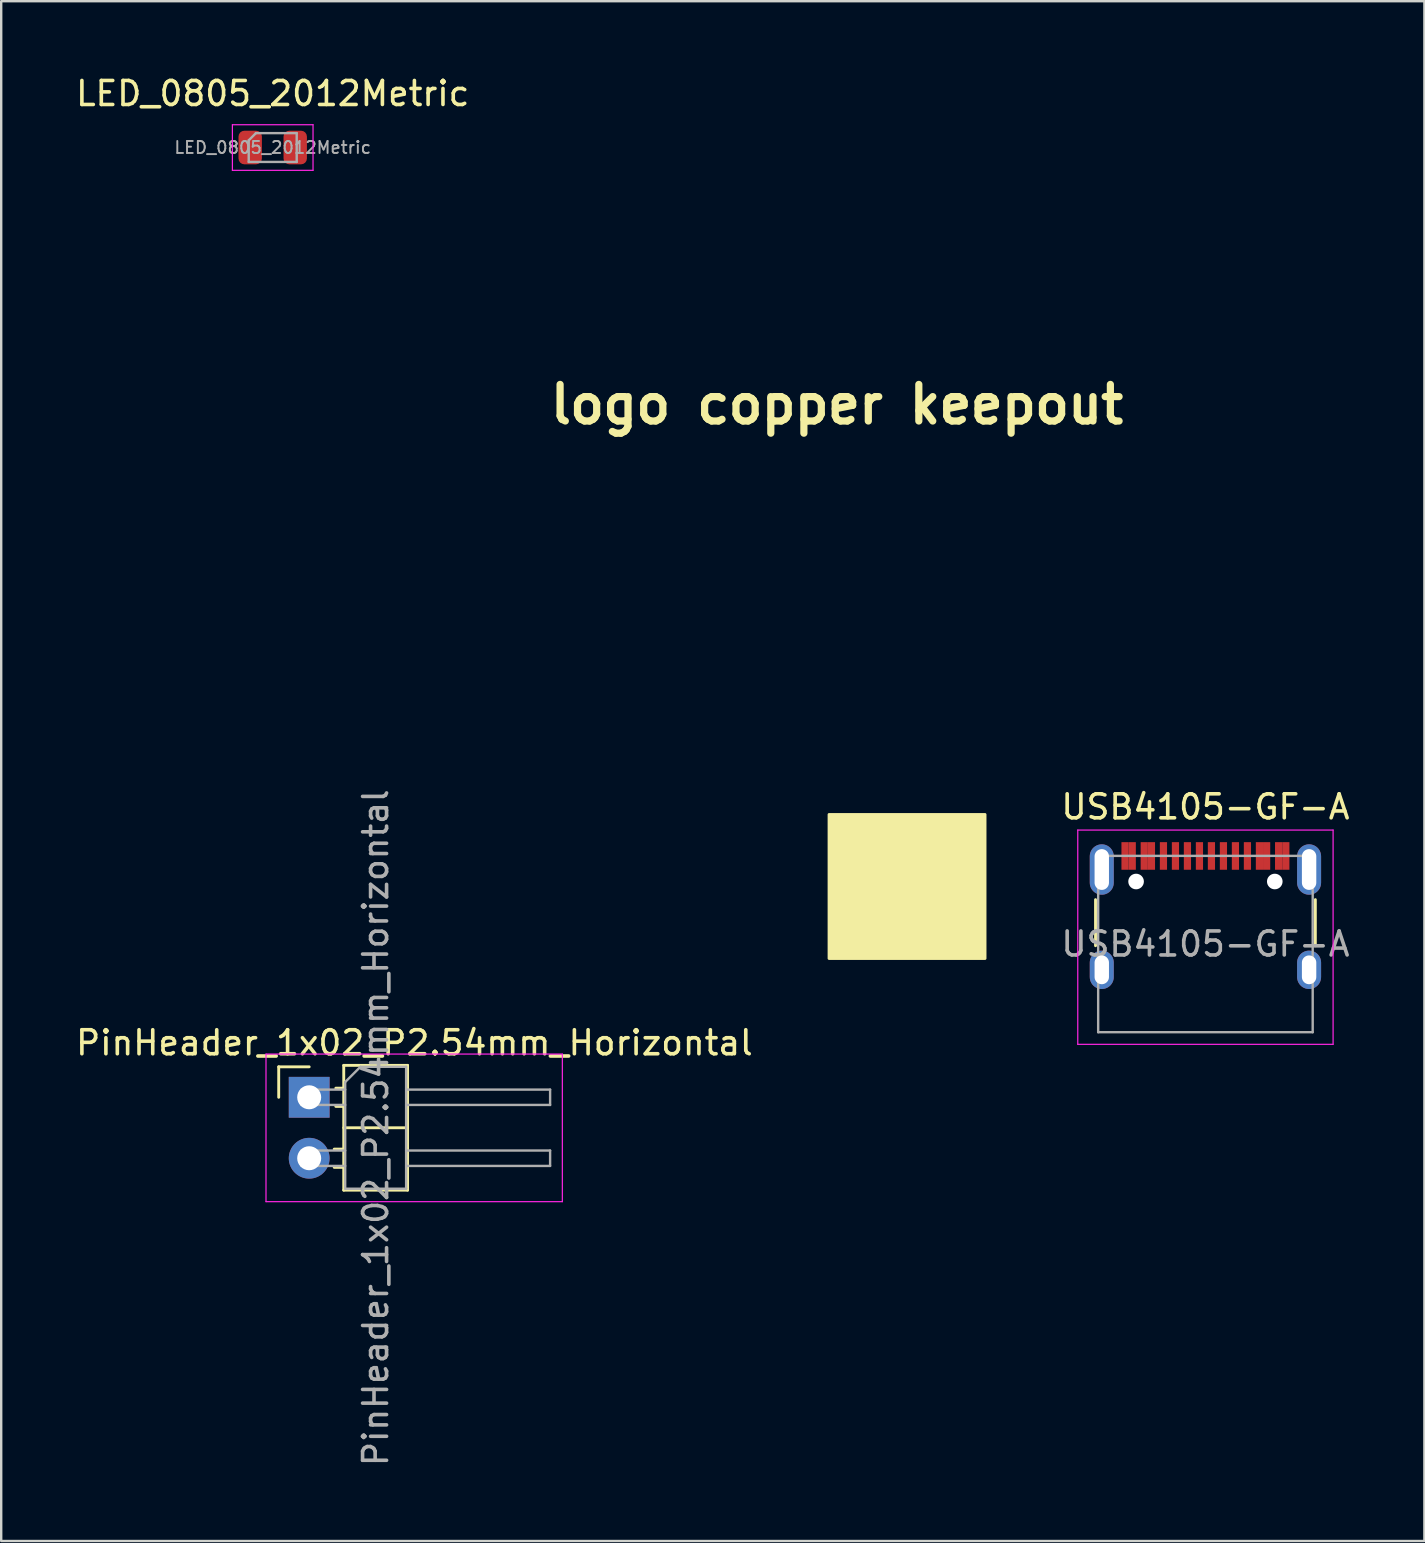
<source format=kicad_pcb>
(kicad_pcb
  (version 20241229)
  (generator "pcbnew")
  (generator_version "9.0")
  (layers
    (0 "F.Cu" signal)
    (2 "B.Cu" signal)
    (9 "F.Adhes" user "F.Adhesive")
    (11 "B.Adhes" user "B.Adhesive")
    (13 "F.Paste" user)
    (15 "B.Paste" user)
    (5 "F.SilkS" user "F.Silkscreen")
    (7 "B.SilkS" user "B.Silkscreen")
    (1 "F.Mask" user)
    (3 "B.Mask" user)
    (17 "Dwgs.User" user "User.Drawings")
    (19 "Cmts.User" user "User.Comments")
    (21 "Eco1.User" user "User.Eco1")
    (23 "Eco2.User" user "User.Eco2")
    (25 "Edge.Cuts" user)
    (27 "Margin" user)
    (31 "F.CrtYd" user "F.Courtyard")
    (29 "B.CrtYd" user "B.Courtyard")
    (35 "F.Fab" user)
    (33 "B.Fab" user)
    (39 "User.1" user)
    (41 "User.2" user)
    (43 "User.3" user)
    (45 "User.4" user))
  (footprint "Test"
    (layer "F.Cu")
    (at 34.25 33.893)
    (property "Reference" "Test" (at 0 -0.5 0) (unlocked yes) (layer "F.SilkS") (effects (font (size 1 1) (thickness 0.15))))
    (attr smd)
    (fp_poly (pts (xy 3.75 3) (xy -2.75 3) (xy -2.75 -3) (xy 3.75 -3)) (stroke (width 0.12) (type solid)) (fill yes) (layer "F.SilkS"))
    (zone (net_name "") (layer "F.Cu") (hatch edge 0.508) (connect_pads) (min_thickness 0.254) (filled_areas_thickness no) (keepout (tracks not_allowed) (vias not_allowed) (pads not_allowed) (copperpour not_allowed) (footprints allowed)) (placement (enabled no)) (fill) (polygon (pts (xy 37.297 30.934) (xy 37.292 31.748) (xy 37.277 32.468) (xy 37.252 33.102) (xy 37.215 33.656) (xy 37.167 34.138) (xy 37.107 34.555) (xy 37.033 34.914) (xy 36.946 35.223) (xy 36.878 35.409) (xy 36.601 35.959) (xy 36.235 36.466) (xy 35.784 36.924) (xy 35.251 37.33) (xy 34.641 37.681) (xy 34.322 37.829) (xy 34.07 37.937) (xy 33.889 38.005) (xy 33.755 38.027) (xy 33.643 37.999) (xy 33.529 37.915) (xy 33.389 37.771) (xy 33.241 37.609) (xy 32.824 37.152) (xy 33.253 37.021) (xy 33.66 36.875) (xy 34.076 36.688) (xy 34.468 36.477) (xy 34.801 36.258) (xy 34.885 36.193) (xy 35.14 35.958) (xy 35.388 35.677) (xy 35.607 35.378) (xy 35.773 35.091) (xy 35.831 34.96) (xy 35.894 34.787) (xy 35.947 34.628) (xy 35.99 34.47) (xy 36.024 34.303) (xy 36.051 34.114) (xy 36.071 33.894) (xy 36.085 33.629) (xy 36.094 33.31) (xy 36.1 32.924) (xy 36.102 32.461) (xy 36.103 31.908) (xy 36.103 31.848) (xy 36.105 29.728) (xy 36.702 29.728) (xy 37.298 29.728)))))
  (footprint "USB4105-GF-A"
    (layer "F.Cu")
    (at 47.185 36.291)
    (property "Reference" "USB4105-GF-A" (at 0 -5.715 0) (layer "F.SilkS") (effects (font (size 1 1) (thickness 0.15))))
    (attr smd)
    (fp_line (start -4.58 -1.85) (end -4.58 0.07) (stroke (width 0.12) (type solid)) (layer "F.SilkS"))
    (fp_line (start 4.58 0.07) (end 4.58 -1.85) (stroke (width 0.12) (type solid)) (layer "F.SilkS"))
    (fp_line (start -5.32 -4.75) (end 5.32 -4.75) (stroke (width 0.05) (type solid)) (layer "F.CrtYd"))
    (fp_line (start -5.32 4.18) (end -5.32 -4.75) (stroke (width 0.05) (type solid)) (layer "F.CrtYd"))
    (fp_line (start 5.32 -4.75) (end 5.32 4.18) (stroke (width 0.05) (type solid)) (layer "F.CrtYd"))
    (fp_line (start 5.32 4.18) (end -5.32 4.18) (stroke (width 0.05) (type solid)) (layer "F.CrtYd"))
    (fp_line (start -4.47 -3.675) (end -4.47 3.675) (stroke (width 0.1) (type solid)) (layer "F.Fab"))
    (fp_line (start -4.47 -3.675) (end 4.47 -3.675) (stroke (width 0.1) (type solid)) (layer "F.Fab"))
    (fp_line (start -4.47 3.675) (end 4.47 3.675) (stroke (width 0.1) (type solid)) (layer "F.Fab"))
    (fp_line (start 4.47 3.675) (end 4.47 -3.675) (stroke (width 0.1) (type solid)) (layer "F.Fab"))
    (fp_text user "${REFERENCE}" (at 0 0 0) (layer "F.Fab") (effects (font (size 1 1) (thickness 0.15))))
    (pad "" np_thru_hole circle (at -2.89 -2.605) (size 0.65 0.65) (drill 0.65) (layers "*.Cu" "*.Mask"))
    (pad "" np_thru_hole circle (at 2.89 -2.605) (size 0.65 0.65) (drill 0.65) (layers "*.Cu" "*.Mask"))
    (pad "A1" smd rect (at -3.35 -3.67) (size 0.3 1.15) (layers "F.Cu" "F.Mask" "F.Paste"))
    (pad "A4" smd rect (at -2.55 -3.67) (size 0.3 1.15) (layers "F.Cu" "F.Mask" "F.Paste"))
    (pad "A5" smd rect (at -1.25 -3.67) (size 0.3 1.15) (layers "F.Cu" "F.Mask" "F.Paste"))
    (pad "A6" smd rect (at -0.25 -3.67) (size 0.3 1.15) (layers "F.Cu" "F.Mask" "F.Paste"))
    (pad "A7" smd rect (at 0.25 -3.67) (size 0.3 1.15) (layers "F.Cu" "F.Mask" "F.Paste"))
    (pad "A8" smd rect (at 1.25 -3.67) (size 0.3 1.15) (layers "F.Cu" "F.Mask" "F.Paste"))
    (pad "A9" smd rect (at 2.55 -3.67) (size 0.3 1.15) (layers "F.Cu" "F.Mask" "F.Paste"))
    (pad "A12" smd rect (at 3.35 -3.67) (size 0.3 1.15) (layers "F.Cu" "F.Mask" "F.Paste"))
    (pad "B1" smd rect (at 3.05 -3.67) (size 0.3 1.15) (layers "F.Cu" "F.Mask" "F.Paste"))
    (pad "B4" smd rect (at 2.25 -3.67) (size 0.3 1.15) (layers "F.Cu" "F.Mask" "F.Paste"))
    (pad "B5" smd rect (at 1.75 -3.67) (size 0.3 1.15) (layers "F.Cu" "F.Mask" "F.Paste"))
    (pad "B6" smd rect (at 0.75 -3.67) (size 0.3 1.15) (layers "F.Cu" "F.Mask" "F.Paste"))
    (pad "B7" smd rect (at -0.75 -3.67) (size 0.3 1.15) (layers "F.Cu" "F.Mask" "F.Paste"))
    (pad "B8" smd rect (at -1.75 -3.67) (size 0.3 1.15) (layers "F.Cu" "F.Mask" "F.Paste"))
    (pad "B9" smd rect (at -2.25 -3.67) (size 0.3 1.15) (layers "F.Cu" "F.Mask" "F.Paste"))
    (pad "B12" smd rect (at -3.05 -3.67) (size 0.3 1.15) (layers "F.Cu" "F.Mask" "F.Paste"))
    (pad "S1" thru_hole oval (at -4.32 -3.105) (size 1 2.1) (drill oval 0.6 1.7) (layers "*.Cu" "*.Mask"))
    (pad "S1" thru_hole oval (at -4.32 1.075) (size 1 1.6) (drill oval 0.6 1.2) (layers "*.Cu" "*.Mask"))
    (pad "S1" thru_hole oval (at 4.32 -3.105) (size 1 2.1) (drill oval 0.6 1.7) (layers "*.Cu" "*.Mask"))
    (pad "S1" thru_hole oval (at 4.32 1.075) (size 1 1.6) (drill oval 0.6 1.2) (layers "*.Cu" "*.Mask")))
  (footprint "LED_0805_2012Metric"
    (layer "F.Cu")
    (at 8.315 3.098)
    (property "Reference" "LED_0805_2012Metric" (at 0 -2.25 0) (layer "F.SilkS") (effects (font (size 1 1) (thickness 0.15))))
    (attr smd)
    (fp_line (start -1.68 -0.95) (end 1.68 -0.95) (stroke (width 0.05) (type solid)) (layer "F.CrtYd"))
    (fp_line (start -1.68 0.95) (end -1.68 -0.95) (stroke (width 0.05) (type solid)) (layer "F.CrtYd"))
    (fp_line (start 1.68 -0.95) (end 1.68 0.95) (stroke (width 0.05) (type solid)) (layer "F.CrtYd"))
    (fp_line (start 1.68 0.95) (end -1.68 0.95) (stroke (width 0.05) (type solid)) (layer "F.CrtYd"))
    (fp_line (start -1 -0.3) (end -1 0.6) (stroke (width 0.1) (type solid)) (layer "F.Fab"))
    (fp_line (start -1 0.6) (end 1 0.6) (stroke (width 0.1) (type solid)) (layer "F.Fab"))
    (fp_line (start -0.7 -0.6) (end -1 -0.3) (stroke (width 0.1) (type solid)) (layer "F.Fab"))
    (fp_line (start 1 -0.6) (end -0.7 -0.6) (stroke (width 0.1) (type solid)) (layer "F.Fab"))
    (fp_line (start 1 0.6) (end 1 -0.6) (stroke (width 0.1) (type solid)) (layer "F.Fab"))
    (fp_text user "${REFERENCE}" (at 0 0 0) (layer "F.Fab") (effects (font (size 0.5 0.5) (thickness 0.08))))
    (pad "1" smd roundrect (at -0.938 0) (size 0.975 1.4) (layers "F.Cu" "F.Mask" "F.Paste") (roundrect_rratio 0.25))
    (pad "2" smd roundrect (at 0.938 0) (size 0.975 1.4) (layers "F.Cu" "F.Mask" "F.Paste") (roundrect_rratio 0.25)))
  (footprint "logo copper keepout"
    (layer "F.Cu")
    (at 31.83 13.805)
    (property "Reference" "logo copper keepout" (at 0 0 0) (layer "F.SilkS") (effects (font (size 1.524 1.524) (thickness 0.3))))
    (attr board_only exclude_from_pos_files exclude_from_bom)
    (zone (net_name "") (layer "F.Cu") (hatch edge 0.508) (connect_pads) (min_thickness 0.254) (filled_areas_thickness no) (keepout (tracks not_allowed) (vias not_allowed) (pads not_allowed) (copperpour not_allowed) (footprints allowed)) (placement (enabled no)) (fill) (polygon (pts (xy 30.005 14.406) (xy 29.455 14.406) (xy 28.905 14.406) (xy 28.905 9.496) (xy 30.005 9.496))))
    (zone (net_name "") (layer "F.Cu") (hatch edge 0.508) (connect_pads) (min_thickness 0.254) (filled_areas_thickness no) (keepout (tracks not_allowed) (vias not_allowed) (pads not_allowed) (copperpour not_allowed) (footprints allowed)) (placement (enabled no)) (fill) (polygon (pts (xy 31.83 2.631) (xy 31.806 3.439) (xy 31.731 4.167) (xy 31.602 4.82) (xy 31.416 5.406) (xy 31.17 5.932) (xy 30.86 6.404) (xy 30.483 6.83) (xy 30.036 7.217) (xy 29.557 7.546) (xy 29.377 7.654) (xy 29.225 7.738) (xy 29.123 7.786) (xy 29.098 7.793) (xy 29.037 7.762) (xy 28.917 7.68) (xy 28.758 7.56) (xy 28.609 7.439) (xy 28.181 7.086) (xy 28.618 6.865) (xy 29.141 6.564) (xy 29.584 6.227) (xy 29.953 5.848) (xy 30.249 5.42) (xy 30.477 4.937) (xy 30.638 4.393) (xy 30.736 3.782) (xy 30.776 3.097) (xy 30.77 2.599) (xy 30.748 1.931) (xy 31.83 1.931))))
    (zone (net_name "") (layer "F.Cu") (hatch edge 0.508) (connect_pads) (min_thickness 0.254) (filled_areas_thickness no) (keepout (tracks not_allowed) (vias not_allowed) (pads not_allowed) (copperpour not_allowed) (footprints allowed)) (placement (enabled no)) (fill) (polygon (pts (xy 34.643 11.037) (xy 34.635 11.705) (xy 34.622 12.284) (xy 34.604 12.783) (xy 34.58 13.212) (xy 34.549 13.581) (xy 34.51 13.901) (xy 34.463 14.181) (xy 34.45 14.247) (xy 34.277 14.85) (xy 34.016 15.406) (xy 33.669 15.912) (xy 33.234 16.37) (xy 32.713 16.778) (xy 32.106 17.136) (xy 31.413 17.445) (xy 31.385 17.455) (xy 31.132 17.552) (xy 30.726 17.122) (xy 30.319 16.692) (xy 30.787 16.536) (xy 31.428 16.284) (xy 31.982 15.985) (xy 32.448 15.637) (xy 32.828 15.241) (xy 33.123 14.795) (xy 33.333 14.298) (xy 33.384 14.121) (xy 33.429 13.892) (xy 33.469 13.579) (xy 33.504 13.198) (xy 33.532 12.764) (xy 33.555 12.294) (xy 33.57 11.804) (xy 33.577 11.31) (xy 33.576 10.828) (xy 33.566 10.374) (xy 33.547 9.963) (xy 33.538 9.834) (xy 33.505 9.396) (xy 34.08 9.396) (xy 34.655 9.396))))
    (zone (net_name "") (layer "F.Cu") (hatch edge 0.508) (connect_pads) (min_thickness 0.254) (filled_areas_thickness no) (keepout (tracks not_allowed) (vias not_allowed) (pads not_allowed) (copperpour not_allowed) (footprints allowed)) (placement (enabled no)) (fill) (polygon (pts (xy 27.756 0.004) (xy 27.768 0.01) (xy 27.831 0.017) (xy 27.986 0.024) (xy 28.225 0.03) (xy 28.54 0.037) (xy 28.924 0.043) (xy 29.367 0.048) (xy 29.863 0.053) (xy 30.402 0.057) (xy 30.978 0.06) (xy 31.582 0.062) (xy 31.601 0.062) (xy 35.346 0.072) (xy 35.613 0.335) (xy 35.749 0.475) (xy 35.821 0.567) (xy 35.839 0.63) (xy 35.817 0.682) (xy 35.765 0.756) (xy 35.67 0.892) (xy 35.548 1.07) (xy 35.435 1.236) (xy 34.967 1.892) (xy 34.518 2.459) (xy 34.081 2.943) (xy 33.651 3.352) (xy 33.63 3.37) (xy 33.462 3.513) (xy 33.316 3.632) (xy 33.213 3.712) (xy 33.18 3.734) (xy 33.111 3.732) (xy 32.994 3.67) (xy 32.818 3.544) (xy 32.73 3.475) (xy 32.567 3.342) (xy 32.437 3.23) (xy 32.357 3.156) (xy 32.341 3.137) (xy 32.371 3.09) (xy 32.462 3.012) (xy 32.531 2.964) (xy 32.809 2.756) (xy 33.115 2.49) (xy 33.426 2.187) (xy 33.723 1.869) (xy 33.986 1.555) (xy 34.193 1.269) (xy 34.248 1.18) (xy 34.341 1.021) (xy 31.011 1.038) (xy 27.68 1.054) (xy 27.68 0.511) (xy 27.681 0.272) (xy 27.687 0.118) (xy 27.699 0.033) (xy 27.722 0))))
    (zone (net_name "") (layer "F.Cu") (hatch edge 0.508) (connect_pads) (min_thickness 0.254) (filled_areas_thickness no) (keepout (tracks not_allowed) (vias not_allowed) (pads not_allowed) (copperpour not_allowed) (footprints allowed)) (placement (enabled no)) (fill) (polygon (pts (xy 34.228 19.203) (xy 34.323 19.239) (xy 34.447 19.32) (xy 34.527 19.378) (xy 34.673 19.485) (xy 34.788 19.571) (xy 34.847 19.617) (xy 34.848 19.678) (xy 34.803 19.789) (xy 34.77 19.848) (xy 34.694 19.984) (xy 34.597 20.177) (xy 34.494 20.393) (xy 34.461 20.468) (xy 34.241 20.927) (xy 33.977 21.425) (xy 33.688 21.926) (xy 33.395 22.393) (xy 33.318 22.508) (xy 32.972 23.021) (xy 33.414 23.431) (xy 33.677 23.68) (xy 33.958 23.955) (xy 34.245 24.244) (xy 34.532 24.538) (xy 34.808 24.828) (xy 35.065 25.105) (xy 35.294 25.359) (xy 35.487 25.579) (xy 35.634 25.758) (xy 35.726 25.884) (xy 35.755 25.947) (xy 35.721 25.997) (xy 35.629 26.095) (xy 35.5 26.224) (xy 35.35 26.367) (xy 35.199 26.506) (xy 35.065 26.623) (xy 34.966 26.703) (xy 34.923 26.728) (xy 34.888 26.689) (xy 34.806 26.587) (xy 34.691 26.439) (xy 34.597 26.314) (xy 34.361 26.015) (xy 34.067 25.667) (xy 33.73 25.288) (xy 33.366 24.896) (xy 32.993 24.509) (xy 32.789 24.305) (xy 32.287 23.808) (xy 32.159 23.961) (xy 32.056 24.07) (xy 31.891 24.229) (xy 31.682 24.423) (xy 31.444 24.637) (xy 31.194 24.856) (xy 30.947 25.067) (xy 30.721 25.256) (xy 30.531 25.407) (xy 30.525 25.412) (xy 29.902 25.854) (xy 29.23 26.273) (xy 28.913 26.453) (xy 28.47 26.694) (xy 27.626 25.848) (xy 27.916 25.732) (xy 28.195 25.606) (xy 28.527 25.435) (xy 28.886 25.235) (xy 29.243 25.021) (xy 29.573 24.807) (xy 29.655 24.75) (xy 30.418 24.172) (xy 31.115 23.552) (xy 31.74 22.898) (xy 32.286 22.217) (xy 32.747 21.517) (xy 33.116 20.807) (xy 33.162 20.701) (xy 33.238 20.52) (xy 33.297 20.377) (xy 33.328 20.294) (xy 33.33 20.284) (xy 33.282 20.279) (xy 33.143 20.275) (xy 32.924 20.273) (xy 32.634 20.271) (xy 32.283 20.271) (xy 31.88 20.271) (xy 31.436 20.273) (xy 30.959 20.276) (xy 30.955 20.276) (xy 28.58 20.292) (xy 28.58 19.766) (xy 28.58 19.24) (xy 31.146 19.257) (xy 31.721 19.259) (xy 32.249 19.26) (xy 32.723 19.258) (xy 33.134 19.254) (xy 33.475 19.249) (xy 33.737 19.241) (xy 33.913 19.232) (xy 33.98 19.224) (xy 34.125 19.201)))))
  (footprint "PinHeader_1x02_P2.54mm_Horizontal"
    (layer "F.Cu")
    (at 9.835 42.678)
    (property "Reference" "PinHeader_1x02_P2.54mm_Horizontal" (at 4.385 -2.27 0) (layer "F.SilkS") (effects (font (size 1 1) (thickness 0.15))))
    (attr through_hole)
    (fp_line (start -1.27 -1.27) (end 0 -1.27) (stroke (width 0.12) (type solid)) (layer "F.SilkS"))
    (fp_line (start -1.27 0) (end -1.27 -1.27) (stroke (width 0.12) (type solid)) (layer "F.SilkS"))
    (fp_line (start 1.043 2.16) (end 1.44 2.16) (stroke (width 0.12) (type solid)) (layer "F.SilkS"))
    (fp_line (start 1.043 2.92) (end 1.44 2.92) (stroke (width 0.12) (type solid)) (layer "F.SilkS"))
    (fp_line (start 1.11 -0.38) (end 1.44 -0.38) (stroke (width 0.12) (type solid)) (layer "F.SilkS"))
    (fp_line (start 1.11 0.38) (end 1.44 0.38) (stroke (width 0.12) (type solid)) (layer "F.SilkS"))
    (fp_line (start 1.44 -1.33) (end 1.44 3.87) (stroke (width 0.12) (type solid)) (layer "F.SilkS"))
    (fp_line (start 1.44 1.27) (end 4.1 1.27) (stroke (width 0.12) (type solid)) (layer "F.SilkS"))
    (fp_line (start 1.44 3.87) (end 4.1 3.87) (stroke (width 0.12) (type solid)) (layer "F.SilkS"))
    (fp_line (start 4.1 -1.33) (end 1.44 -1.33) (stroke (width 0.12) (type solid)) (layer "F.SilkS"))
    (fp_line (start 4.1 3.87) (end 4.1 -1.33) (stroke (width 0.12) (type solid)) (layer "F.SilkS"))
    (fp_line (start -1.8 -1.8) (end -1.8 4.35) (stroke (width 0.05) (type solid)) (layer "F.CrtYd"))
    (fp_line (start -1.8 4.35) (end 10.55 4.35) (stroke (width 0.05) (type solid)) (layer "F.CrtYd"))
    (fp_line (start 10.55 -1.8) (end -1.8 -1.8) (stroke (width 0.05) (type solid)) (layer "F.CrtYd"))
    (fp_line (start 10.55 4.35) (end 10.55 -1.8) (stroke (width 0.05) (type solid)) (layer "F.CrtYd"))
    (fp_line (start -0.32 -0.32) (end -0.32 0.32) (stroke (width 0.1) (type solid)) (layer "F.Fab"))
    (fp_line (start -0.32 -0.32) (end 1.5 -0.32) (stroke (width 0.1) (type solid)) (layer "F.Fab"))
    (fp_line (start -0.32 0.32) (end 1.5 0.32) (stroke (width 0.1) (type solid)) (layer "F.Fab"))
    (fp_line (start -0.32 2.22) (end -0.32 2.86) (stroke (width 0.1) (type solid)) (layer "F.Fab"))
    (fp_line (start -0.32 2.22) (end 1.5 2.22) (stroke (width 0.1) (type solid)) (layer "F.Fab"))
    (fp_line (start -0.32 2.86) (end 1.5 2.86) (stroke (width 0.1) (type solid)) (layer "F.Fab"))
    (fp_line (start 1.5 -0.635) (end 2.135 -1.27) (stroke (width 0.1) (type solid)) (layer "F.Fab"))
    (fp_line (start 1.5 3.81) (end 1.5 -0.635) (stroke (width 0.1) (type solid)) (layer "F.Fab"))
    (fp_line (start 2.135 -1.27) (end 4.04 -1.27) (stroke (width 0.1) (type solid)) (layer "F.Fab"))
    (fp_line (start 4.04 -1.27) (end 4.04 3.81) (stroke (width 0.1) (type solid)) (layer "F.Fab"))
    (fp_line (start 4.04 -0.32) (end 10.04 -0.32) (stroke (width 0.1) (type solid)) (layer "F.Fab"))
    (fp_line (start 4.04 0.32) (end 10.04 0.32) (stroke (width 0.1) (type solid)) (layer "F.Fab"))
    (fp_line (start 4.04 2.22) (end 10.04 2.22) (stroke (width 0.1) (type solid)) (layer "F.Fab"))
    (fp_line (start 4.04 2.86) (end 10.04 2.86) (stroke (width 0.1) (type solid)) (layer "F.Fab"))
    (fp_line (start 4.04 3.81) (end 1.5 3.81) (stroke (width 0.1) (type solid)) (layer "F.Fab"))
    (fp_line (start 10.04 -0.32) (end 10.04 0.32) (stroke (width 0.1) (type solid)) (layer "F.Fab"))
    (fp_line (start 10.04 2.22) (end 10.04 2.86) (stroke (width 0.1) (type solid)) (layer "F.Fab"))
    (fp_text user "${REFERENCE}" (at 2.77 1.27 90) (layer "F.Fab") (effects (font (size 1 1) (thickness 0.15))))
    (pad "1" thru_hole rect (at 0 0) (size 1.7 1.7) (drill 1) (layers "*.Cu" "*.Mask"))
    (pad "2" thru_hole oval (at 0 2.54) (size 1.7 1.7) (drill 1) (layers "*.Cu" "*.Mask")))
  (gr_rect
    (start -3 -3)
    (end 56.31 61.168)
    (stroke (width 0.1) (type default))
    (fill no)
    (layer "Edge.Cuts")))
</source>
